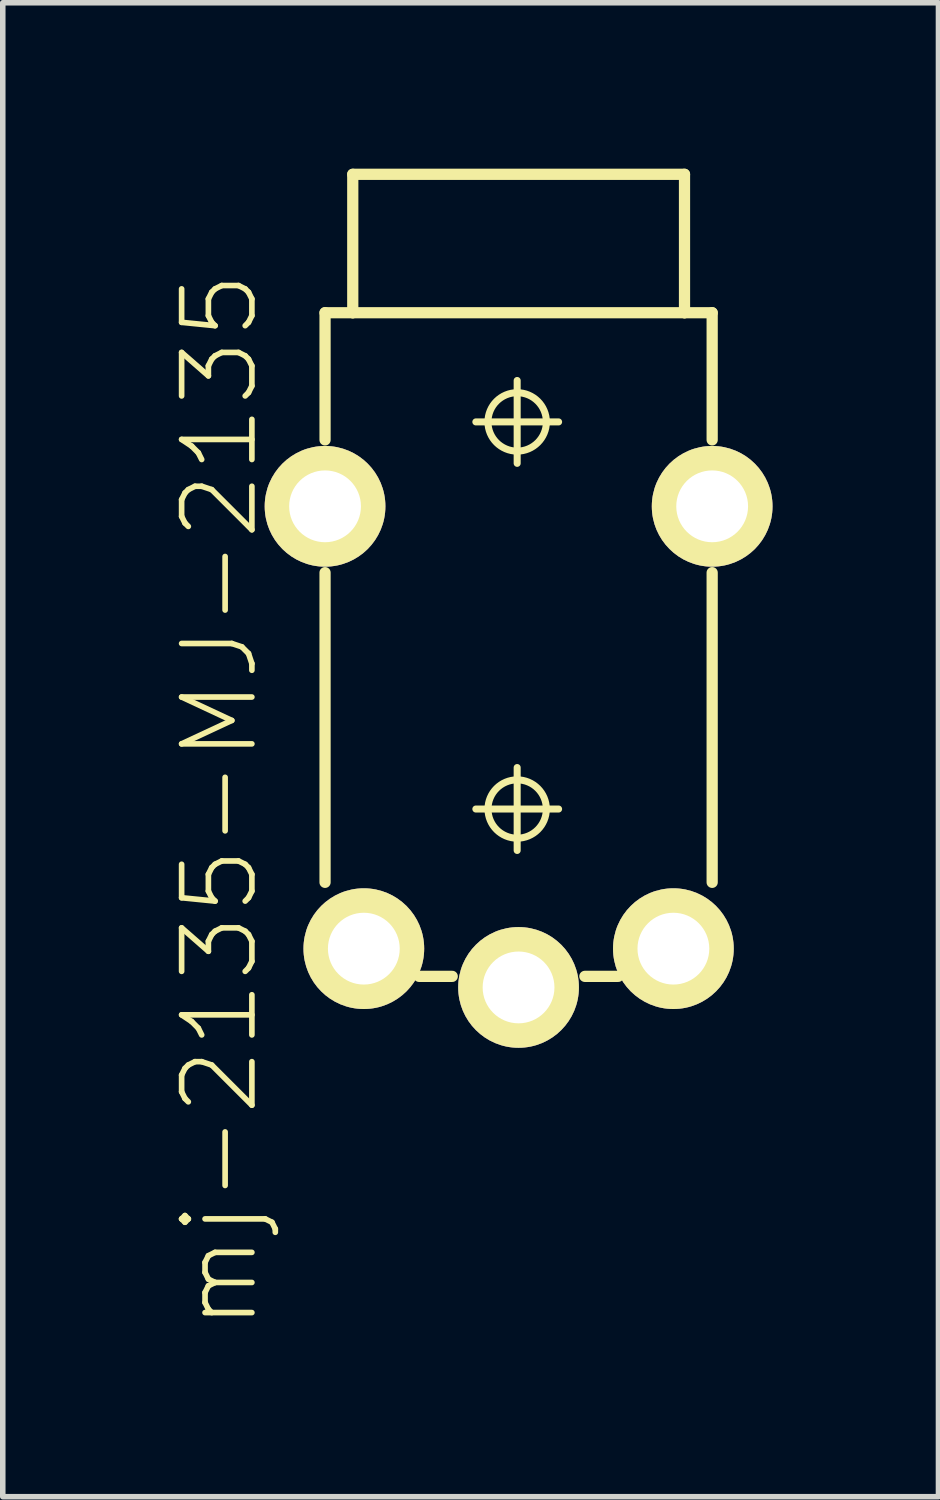
<source format=kicad_pcb>
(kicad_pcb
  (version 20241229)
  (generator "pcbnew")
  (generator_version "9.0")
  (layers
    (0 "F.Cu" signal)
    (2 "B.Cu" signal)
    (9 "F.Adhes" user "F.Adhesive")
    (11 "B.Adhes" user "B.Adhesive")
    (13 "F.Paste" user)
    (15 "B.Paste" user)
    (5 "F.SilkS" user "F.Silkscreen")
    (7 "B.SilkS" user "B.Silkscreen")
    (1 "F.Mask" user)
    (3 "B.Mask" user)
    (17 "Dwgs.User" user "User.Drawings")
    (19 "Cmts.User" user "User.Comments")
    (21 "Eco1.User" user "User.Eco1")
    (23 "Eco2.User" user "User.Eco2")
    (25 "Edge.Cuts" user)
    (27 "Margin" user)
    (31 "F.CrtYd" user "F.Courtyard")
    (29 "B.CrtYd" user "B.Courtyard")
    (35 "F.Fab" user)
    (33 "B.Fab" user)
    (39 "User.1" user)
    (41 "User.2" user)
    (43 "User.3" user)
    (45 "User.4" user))
  (footprint "mj-2135-MJ-2135"
    (layer "F.Cu")
    (at 6.235 8.651)
    (property "Reference" "mj-2135-MJ-2135" (at -5.314 2.774 90) (layer "F.SilkS") (effects (font (size 1.27 1.27) (thickness 0.102))))
    (attr exclude_from_pos_files exclude_from_bom)
    (fp_line (start -3.409 -3.749) (end -3.409 -6.048) (stroke (width 0.203) (type solid)) (layer "F.SilkS"))
    (fp_line (start -3.409 -1.349) (end -3.409 4.249) (stroke (width 0.203) (type solid)) (layer "F.SilkS"))
    (fp_line (start -2.908 -8.55) (end 3.089 -8.55) (stroke (width 0.203) (type solid)) (layer "F.SilkS"))
    (fp_line (start -2.908 -6.048) (end -3.409 -6.048) (stroke (width 0.203) (type solid)) (layer "F.SilkS"))
    (fp_line (start -2.908 -6.048) (end -2.908 -8.55) (stroke (width 0.203) (type solid)) (layer "F.SilkS"))
    (fp_line (start -1.709 5.949) (end -1.11 5.949) (stroke (width 0.203) (type solid)) (layer "F.SilkS"))
    (fp_line (start -0.683 -4.074) (end 0.813 -4.074) (stroke (width 0.127) (type solid)) (layer "F.SilkS"))
    (fp_line (start -0.683 2.924) (end 0.813 2.924) (stroke (width 0.127) (type solid)) (layer "F.SilkS"))
    (fp_line (start 0.064 -3.325) (end 0.064 -4.823) (stroke (width 0.127) (type solid)) (layer "F.SilkS"))
    (fp_line (start 0.064 3.673) (end 0.064 2.174) (stroke (width 0.127) (type solid)) (layer "F.SilkS"))
    (fp_line (start 1.288 5.949) (end 1.89 5.949) (stroke (width 0.203) (type solid)) (layer "F.SilkS"))
    (fp_line (start 3.089 -8.55) (end 3.089 -6.048) (stroke (width 0.203) (type solid)) (layer "F.SilkS"))
    (fp_line (start 3.089 -6.048) (end -2.908 -6.048) (stroke (width 0.203) (type solid)) (layer "F.SilkS"))
    (fp_line (start 3.589 -6.048) (end 3.089 -6.048) (stroke (width 0.203) (type solid)) (layer "F.SilkS"))
    (fp_line (start 3.589 -6.048) (end 3.589 -3.749) (stroke (width 0.203) (type solid)) (layer "F.SilkS"))
    (fp_line (start 3.589 4.249) (end 3.589 -1.349) (stroke (width 0.203) (type solid)) (layer "F.SilkS"))
    (fp_circle (center 0.064 -4.074) (end 0.437 -4.448) (stroke (width 0.127) (type solid)) (fill no) (layer "F.SilkS"))
    (fp_circle (center 0.064 2.924) (end 0.437 3.297) (stroke (width 0.127) (type solid)) (fill no) (layer "F.SilkS"))
    (pad "P$1" thru_hole circle (at 0.089 6.149) (size 2.182 2.182) (drill 1.298) (layers "*.Cu" "F.Mask" "F.SilkS" "F.Paste"))
    (pad "P$2" thru_hole circle (at 2.888 5.448) (size 2.182 2.182) (drill 1.298) (layers "*.Cu" "F.Mask" "F.SilkS" "F.Paste"))
    (pad "P$3" thru_hole circle (at -2.708 5.448) (size 2.182 2.182) (drill 1.298) (layers "*.Cu" "F.Mask" "F.SilkS" "F.Paste"))
    (pad "P$4" thru_hole circle (at -3.409 -2.548) (size 2.182 2.182) (drill 1.298) (layers "*.Cu" "F.Mask" "F.SilkS" "F.Paste"))
    (pad "P$5" thru_hole circle (at 3.589 -2.548) (size 2.182 2.182) (drill 1.298) (layers "*.Cu" "F.Mask" "F.SilkS" "F.Paste")))
  (gr_rect
    (start -3 -3)
    (end 13.915 24.006)
    (stroke (width 0.1) (type default))
    (fill no)
    (layer "Edge.Cuts")))
</source>
